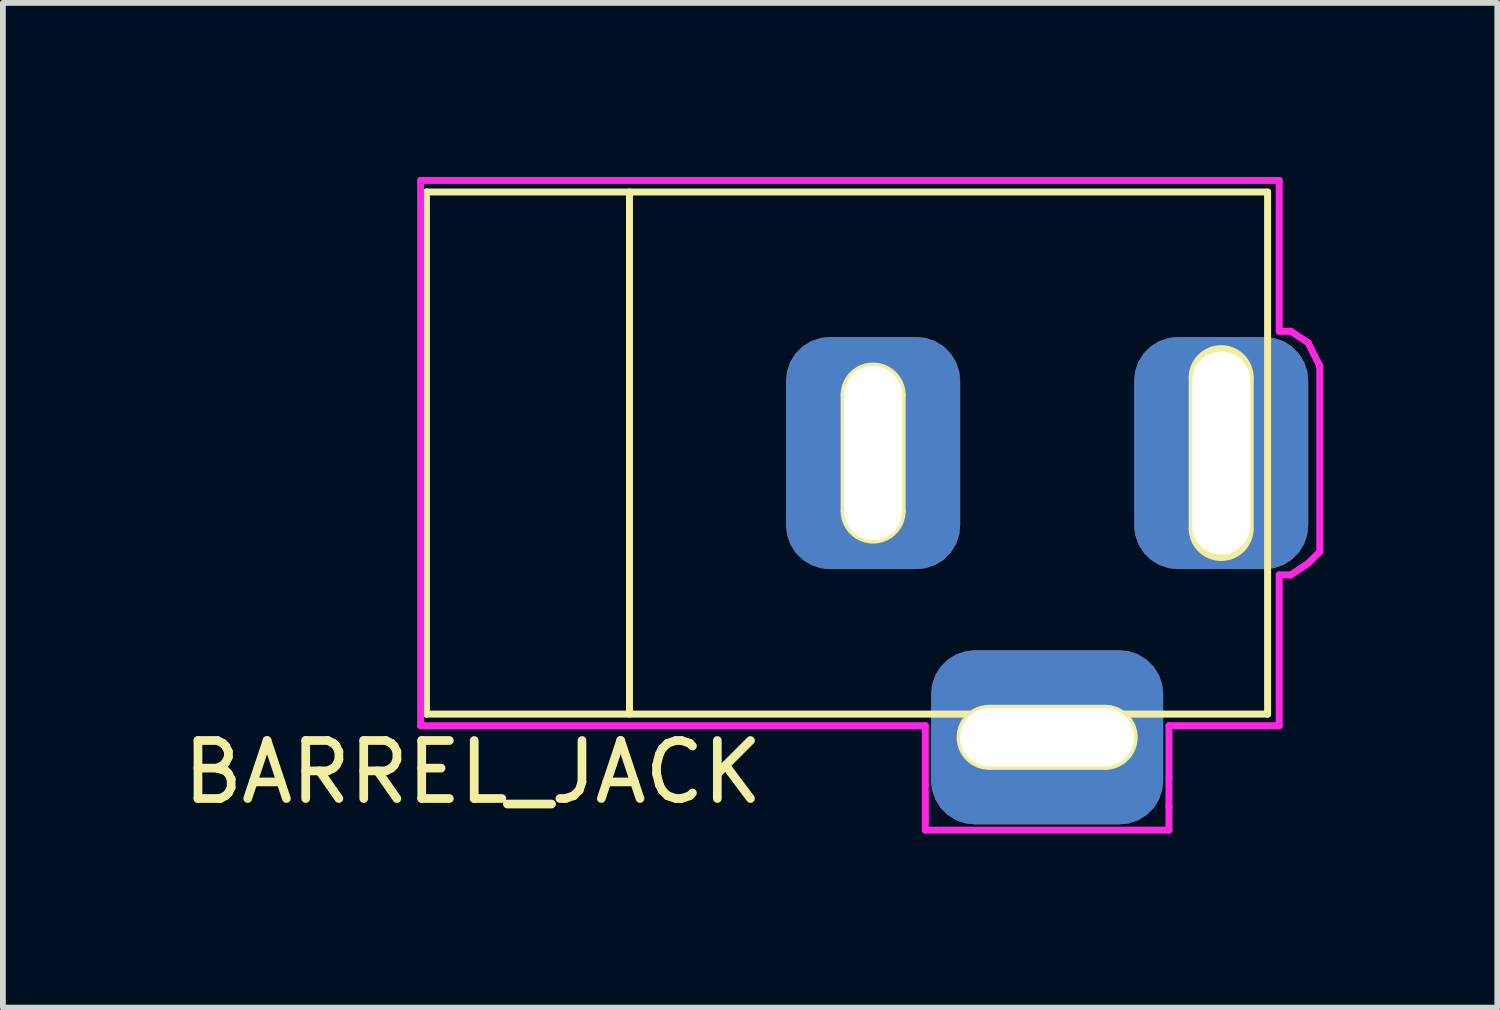
<source format=kicad_pcb>
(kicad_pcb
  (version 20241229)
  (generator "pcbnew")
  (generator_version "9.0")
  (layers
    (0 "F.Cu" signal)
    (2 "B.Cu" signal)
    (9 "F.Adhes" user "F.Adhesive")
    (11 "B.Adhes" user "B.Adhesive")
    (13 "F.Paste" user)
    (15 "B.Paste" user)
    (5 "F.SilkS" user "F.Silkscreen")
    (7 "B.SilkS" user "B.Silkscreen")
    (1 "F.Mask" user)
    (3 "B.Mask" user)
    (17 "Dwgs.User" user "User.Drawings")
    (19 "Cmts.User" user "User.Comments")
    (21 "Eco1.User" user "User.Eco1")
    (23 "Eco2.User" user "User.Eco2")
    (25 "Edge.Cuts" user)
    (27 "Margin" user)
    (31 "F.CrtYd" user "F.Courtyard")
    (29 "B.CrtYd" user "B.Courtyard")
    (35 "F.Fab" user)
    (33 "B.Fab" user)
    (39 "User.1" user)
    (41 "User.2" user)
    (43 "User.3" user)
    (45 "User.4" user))
  (footprint "BARREL_JACK"
    (layer "F.Cu")
    (at 12.016 4.761)
    (property "Reference" "BARREL_JACK" (at -6.915 5.499 0) (layer "F.SilkS") (effects (font (size 1 1) (thickness 0.15))))
    (attr through_hole)
    (fp_line (start -7.715 -4.501) (end -7.715 4.499) (stroke (width 0.12) (type solid)) (layer "F.SilkS"))
    (fp_line (start -7.715 4.499) (end 6.785 4.499) (stroke (width 0.12) (type solid)) (layer "F.SilkS"))
    (fp_line (start -4.215 4.499) (end -4.215 -4.501) (stroke (width 0.12) (type solid)) (layer "F.SilkS"))
    (fp_line (start -0.515 0.999) (end -0.515 -1.001) (stroke (width 0.12) (type solid)) (layer "F.SilkS"))
    (fp_line (start 0.485 -1.001) (end 0.485 0.999) (stroke (width 0.12) (type solid)) (layer "F.SilkS"))
    (fp_line (start 1.985 4.399) (end 3.985 4.399) (stroke (width 0.12) (type solid)) (layer "F.SilkS"))
    (fp_line (start 1.985 5.399) (end 3.985 5.399) (stroke (width 0.12) (type solid)) (layer "F.SilkS"))
    (fp_line (start 5.485 1.299) (end 5.485 -1.301) (stroke (width 0.12) (type solid)) (layer "F.SilkS"))
    (fp_line (start 6.485 -1.301) (end 6.485 1.299) (stroke (width 0.12) (type solid)) (layer "F.SilkS"))
    (fp_line (start 6.785 -4.501) (end -7.715 -4.501) (stroke (width 0.12) (type solid)) (layer "F.SilkS"))
    (fp_line (start 6.785 4.499) (end 6.785 -4.501) (stroke (width 0.12) (type solid)) (layer "F.SilkS"))
    (fp_arc (start -0.515 -1.001) (mid -0.015 -1.501) (end 0.485 -1.001) (stroke (width 0.12) (type solid)) (layer "F.SilkS"))
    (fp_arc (start 0.485 0.999) (mid -0.015 1.499) (end -0.515 0.999) (stroke (width 0.12) (type solid)) (layer "F.SilkS"))
    (fp_arc (start 1.985 5.399) (mid 1.485 4.899) (end 1.985 4.399) (stroke (width 0.12) (type solid)) (layer "F.SilkS"))
    (fp_arc (start 3.985 4.399) (mid 4.485 4.899) (end 3.985 5.399) (stroke (width 0.12) (type solid)) (layer "F.SilkS"))
    (fp_arc (start 5.485 -1.301) (mid 5.985 -1.801) (end 6.485 -1.301) (stroke (width 0.12) (type solid)) (layer "F.SilkS"))
    (fp_arc (start 6.485 1.299) (mid 5.985 1.799) (end 5.485 1.299) (stroke (width 0.12) (type solid)) (layer "F.SilkS"))
    (fp_line (start -7.815 -4.701) (end 6.985 -4.701) (stroke (width 0.12) (type solid)) (layer "F.CrtYd"))
    (fp_line (start -7.815 4.699) (end -7.815 -4.701) (stroke (width 0.12) (type solid)) (layer "F.CrtYd"))
    (fp_line (start 0.885 4.699) (end -7.815 4.699) (stroke (width 0.12) (type solid)) (layer "F.CrtYd"))
    (fp_line (start 0.885 6.499) (end 0.885 4.699) (stroke (width 0.12) (type solid)) (layer "F.CrtYd"))
    (fp_line (start 5.085 4.699) (end 5.085 5.599) (stroke (width 0.12) (type solid)) (layer "F.CrtYd"))
    (fp_line (start 5.085 5.599) (end 5.085 6.099) (stroke (width 0.12) (type solid)) (layer "F.CrtYd"))
    (fp_line (start 5.085 6.099) (end 5.085 6.499) (stroke (width 0.12) (type solid)) (layer "F.CrtYd"))
    (fp_line (start 5.085 6.499) (end 0.885 6.499) (stroke (width 0.12) (type solid)) (layer "F.CrtYd"))
    (fp_line (start 6.985 -4.701) (end 6.985 -2.101) (stroke (width 0.12) (type solid)) (layer "F.CrtYd"))
    (fp_line (start 6.985 -2.101) (end 7.185 -2.101) (stroke (width 0.12) (type solid)) (layer "F.CrtYd"))
    (fp_line (start 6.985 2.099) (end 6.985 4.699) (stroke (width 0.12) (type solid)) (layer "F.CrtYd"))
    (fp_line (start 6.985 4.699) (end 5.085 4.699) (stroke (width 0.12) (type solid)) (layer "F.CrtYd"))
    (fp_line (start 7.185 -2.101) (end 7.485 -1.901) (stroke (width 0.12) (type solid)) (layer "F.CrtYd"))
    (fp_line (start 7.185 2.099) (end 6.985 2.099) (stroke (width 0.12) (type solid)) (layer "F.CrtYd"))
    (fp_line (start 7.485 -1.901) (end 7.685 -1.501) (stroke (width 0.12) (type solid)) (layer "F.CrtYd"))
    (fp_line (start 7.485 1.899) (end 7.185 2.099) (stroke (width 0.12) (type solid)) (layer "F.CrtYd"))
    (fp_line (start 7.685 -1.501) (end 7.685 1.699) (stroke (width 0.12) (type solid)) (layer "F.CrtYd"))
    (fp_line (start 7.685 1.699) (end 7.485 1.899) (stroke (width 0.12) (type solid)) (layer "F.CrtYd"))
    (pad "1" thru_hole roundrect (at 5.985 -0.001) (size 3 4) (drill oval 1 3.5) (layers "*.Cu" "*.Mask") (roundrect_rratio 0.25))
    (pad "2" thru_hole roundrect (at 2.985 4.899) (size 4 3) (drill oval 3 1) (layers "*.Cu" "*.Mask") (roundrect_rratio 0.25))
    (pad "3" thru_hole roundrect (at -0.015 -0.001) (size 3 4) (drill oval 1 3) (layers "*.Cu" "*.Mask") (roundrect_rratio 0.25)))
  (gr_rect
    (start -3 -3)
    (end 22.761 14.32)
    (stroke (width 0.1) (type default))
    (fill no)
    (layer "Edge.Cuts")))
</source>
